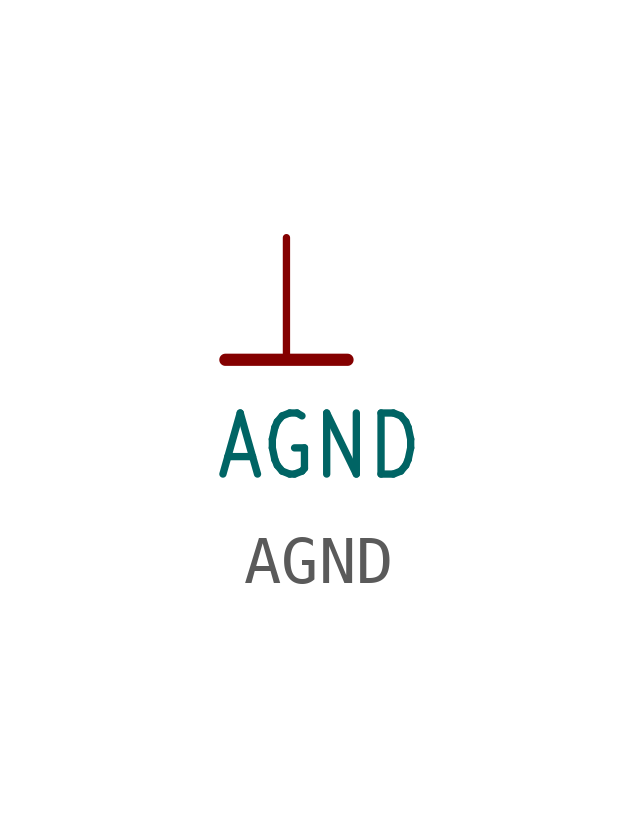
<source format=kicad_sym>
(kicad_symbol_lib
  (version 20220914)
  (generator kicad_symbol_editor)
  (symbol "AGND"
    (power)
    (property "Reference" ""
      (at 0 0 0)
      (effects (font (size 1.27 1.27)) hide))
    (property "Value" "AGND"
      (at -1.524 -2.54 0)
      (effects (font (size 1.27 1.079)) (justify left bottom)))
    (property "ki_locked" ""
      (at 0 0 0)
      (effects (font (size 1.27 1.27))))
    (symbol "AGND_1_0"
      (polyline (pts (xy -1.27 0) (xy 1.27 0)) (stroke (width 0.254) (type solid)) (fill (type none)))
      (pin power_in line (at 0 2.54 270) (length 2.54) (name "AGND" (effects (font (size 0 0)))) (number "1" (effects (font (size 0 0))))))))
</source>
